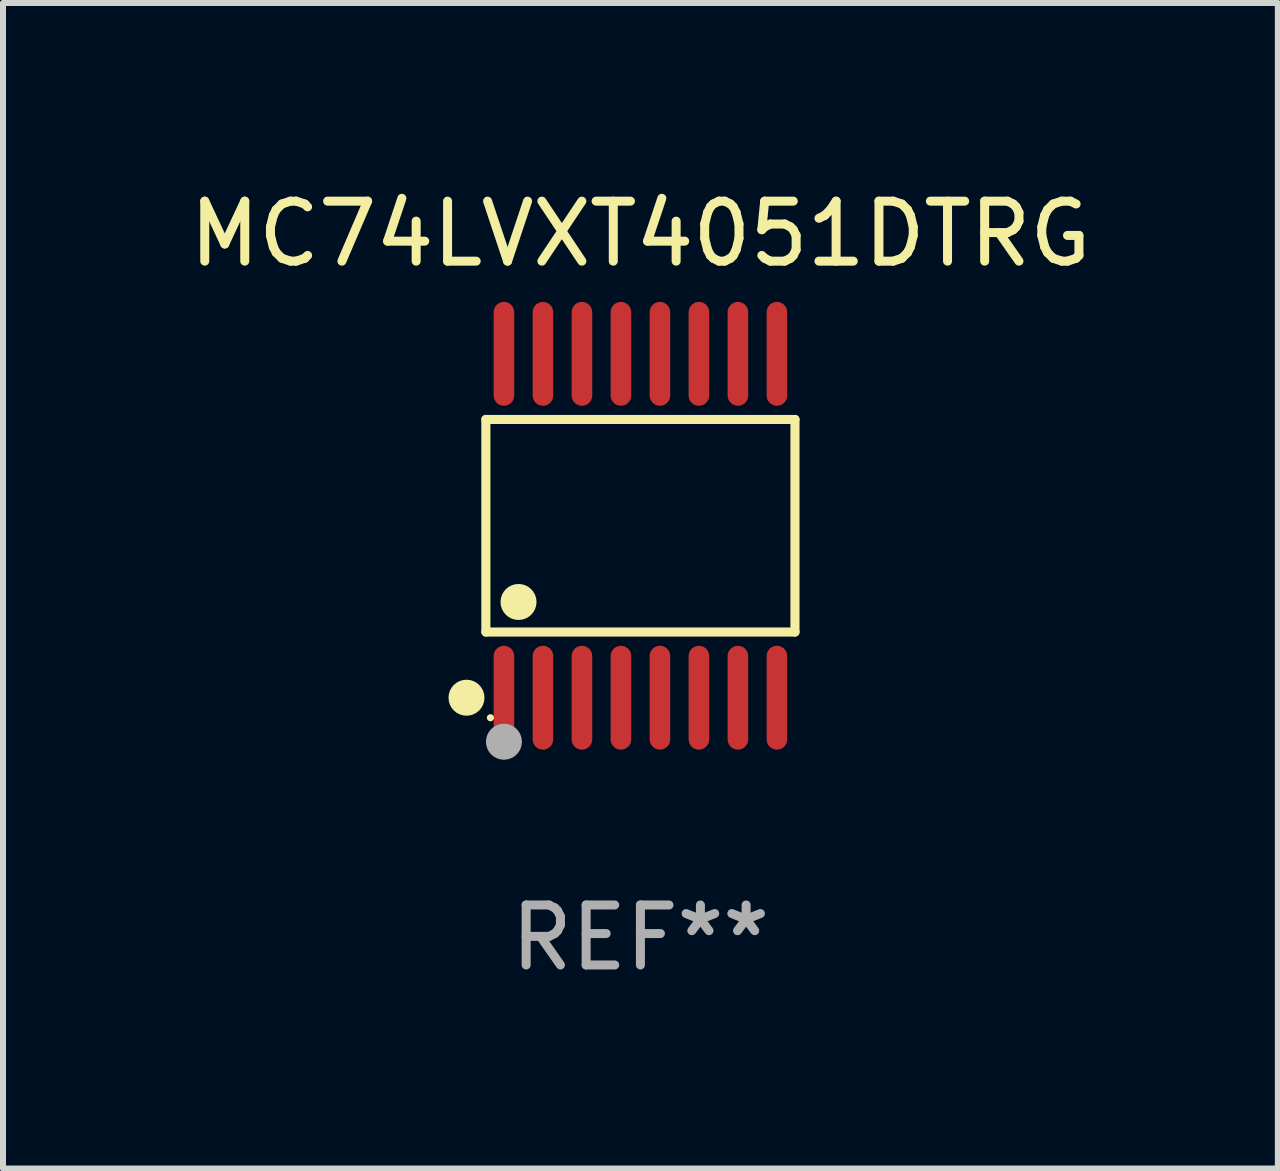
<source format=kicad_pcb>
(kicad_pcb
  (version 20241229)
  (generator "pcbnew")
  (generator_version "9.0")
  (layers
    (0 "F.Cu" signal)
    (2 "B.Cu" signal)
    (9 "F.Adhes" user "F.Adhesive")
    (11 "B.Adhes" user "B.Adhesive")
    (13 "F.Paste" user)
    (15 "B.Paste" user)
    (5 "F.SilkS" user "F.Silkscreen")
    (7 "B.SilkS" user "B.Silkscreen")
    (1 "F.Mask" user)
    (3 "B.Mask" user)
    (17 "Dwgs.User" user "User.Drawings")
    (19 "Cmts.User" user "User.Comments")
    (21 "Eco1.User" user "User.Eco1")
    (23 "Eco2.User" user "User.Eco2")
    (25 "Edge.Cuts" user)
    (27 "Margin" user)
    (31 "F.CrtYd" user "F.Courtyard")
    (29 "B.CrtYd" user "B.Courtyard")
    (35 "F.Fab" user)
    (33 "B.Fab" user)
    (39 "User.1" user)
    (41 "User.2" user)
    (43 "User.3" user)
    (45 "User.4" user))
  (footprint "MC74LVXT4051DTRG"
    (layer "F.Cu")
    (at 7.625 5.714)
    (property "Reference" "MC74LVXT4051DTRG" (at 0 -4.866 0) (layer "F.SilkS") (effects (font (size 1 1) (thickness 0.15))))
    (attr through_hole)
    (fp_line (start -2.576 -1.772) (end 2.576 -1.772) (stroke (width 0.152) (type solid)) (layer "F.SilkS"))
    (fp_line (start -2.576 1.771) (end -2.576 -1.772) (stroke (width 0.152) (type solid)) (layer "F.SilkS"))
    (fp_line (start 2.576 -1.772) (end 2.576 1.771) (stroke (width 0.152) (type solid)) (layer "F.SilkS"))
    (fp_line (start 2.576 1.771) (end -2.576 1.771) (stroke (width 0.152) (type solid)) (layer "F.SilkS"))
    (fp_circle (center -2.899 2.866) (end -2.749 2.866) (stroke (width 0.3) (type solid)) (fill no) (layer "F.SilkS"))
    (fp_circle (center -2.5 3.2) (end -2.47 3.2) (stroke (width 0.06) (type solid)) (fill no) (layer "F.SilkS"))
    (fp_circle (center -2.032 1.27) (end -1.882 1.27) (stroke (width 0.3) (type solid)) (fill no) (layer "F.SilkS"))
    (fp_circle (center -2.275 3.6) (end -2.125 3.6) (stroke (width 0.3) (type solid)) (fill no) (layer "F.Fab"))
    (fp_text user "REF**" (at 0 6.866 0) (layer "F.Fab") (effects (font (size 1 1) (thickness 0.15))))
    (pad "1" smd oval (at -2.275 2.866) (size 0.343 1.731) (layers "F.Cu" "F.Mask" "F.Paste"))
    (pad "2" smd oval (at -1.625 2.866) (size 0.343 1.731) (layers "F.Cu" "F.Mask" "F.Paste"))
    (pad "3" smd oval (at -0.975 2.866) (size 0.343 1.731) (layers "F.Cu" "F.Mask" "F.Paste"))
    (pad "4" smd oval (at -0.325 2.866) (size 0.343 1.731) (layers "F.Cu" "F.Mask" "F.Paste"))
    (pad "5" smd oval (at 0.325 2.866) (size 0.343 1.731) (layers "F.Cu" "F.Mask" "F.Paste"))
    (pad "6" smd oval (at 0.975 2.866) (size 0.343 1.731) (layers "F.Cu" "F.Mask" "F.Paste"))
    (pad "7" smd oval (at 1.625 2.866) (size 0.343 1.731) (layers "F.Cu" "F.Mask" "F.Paste"))
    (pad "8" smd oval (at 2.275 2.866) (size 0.343 1.731) (layers "F.Cu" "F.Mask" "F.Paste"))
    (pad "9" smd oval (at 2.275 -2.866) (size 0.343 1.731) (layers "F.Cu" "F.Mask" "F.Paste"))
    (pad "10" smd oval (at 1.625 -2.866) (size 0.343 1.731) (layers "F.Cu" "F.Mask" "F.Paste"))
    (pad "11" smd oval (at 0.975 -2.866) (size 0.343 1.731) (layers "F.Cu" "F.Mask" "F.Paste"))
    (pad "12" smd oval (at 0.325 -2.866) (size 0.343 1.731) (layers "F.Cu" "F.Mask" "F.Paste"))
    (pad "13" smd oval (at -0.325 -2.866) (size 0.343 1.731) (layers "F.Cu" "F.Mask" "F.Paste"))
    (pad "14" smd oval (at -0.975 -2.866) (size 0.343 1.731) (layers "F.Cu" "F.Mask" "F.Paste"))
    (pad "15" smd oval (at -1.625 -2.866) (size 0.343 1.731) (layers "F.Cu" "F.Mask" "F.Paste"))
    (pad "16" smd oval (at -2.275 -2.866) (size 0.343 1.731) (layers "F.Cu" "F.Mask" "F.Paste")))
  (gr_rect
    (start -3 -3)
    (end 18.25 16.428)
    (stroke (width 0.1) (type default))
    (fill no)
    (layer "Edge.Cuts")))
</source>
